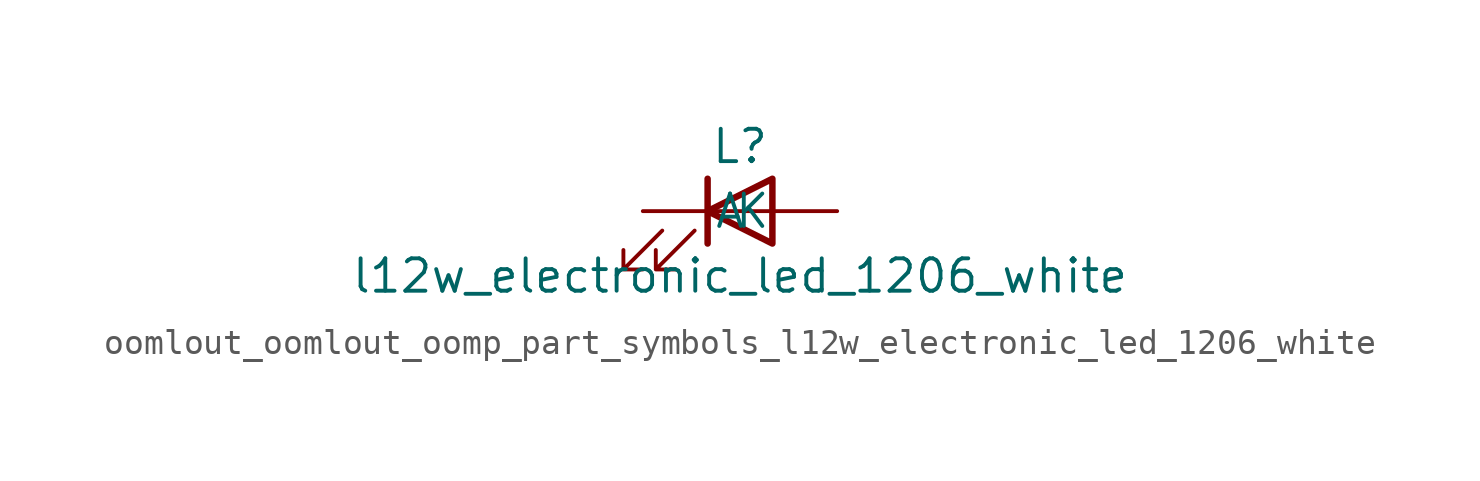
<source format=kicad_sym>
(kicad_symbol_lib
  (version 20220914)
  (generator kicad_symbol_editor)
  (symbol "oomlout_oomlout_oomp_part_symbols_l12w_electronic_led_1206_white"
    (pin_numbers hide)
    (pin_names
      (offset 1.016))
    (property "Reference" "L"
      (at 0 2.54 0)
      (effects (font (size 1.27 1.27))))
    (property "Value" "l12w_electronic_led_1206_white"
      (at 0 -2.54 0)
      (effects (font (size 1.27 1.27))))
    (symbol "oomlout_oomlout_oomp_part_symbols_l12w_electronic_led_1206_white_0_1"
      (polyline (pts (xy -1.27 -1.27) (xy -1.27 1.27)) (stroke (width 0.254) (type default)) (fill (type none)))
      (polyline (pts (xy -1.27 0) (xy 1.27 0)) (stroke (width 0) (type default)) (fill (type none)))
      (polyline (pts (xy 1.27 -1.27) (xy 1.27 1.27) (xy -1.27 0) (xy 1.27 -1.27)) (stroke (width 0.254) (type default)) (fill (type none)))
      (polyline (pts (xy -3.048 -0.762) (xy -4.572 -2.286) (xy -3.81 -2.286) (xy -4.572 -2.286) (xy -4.572 -1.524)) (stroke (width 0) (type default)) (fill (type none)))
      (polyline (pts (xy -1.778 -0.762) (xy -3.302 -2.286) (xy -2.54 -2.286) (xy -3.302 -2.286) (xy -3.302 -1.524)) (stroke (width 0) (type default)) (fill (type none))))
    (symbol "oomlout_oomlout_oomp_part_symbols_l12w_electronic_led_1206_white_1_1"
      (pin passive line (at -3.81 0 0) (length 2.54) (name "K" (effects (font (size 1.27 1.27)))) (number "1" (effects (font (size 1.27 1.27)))))
      (pin passive line (at 3.81 0 180) (length 2.54) (name "A" (effects (font (size 1.27 1.27)))) (number "2" (effects (font (size 1.27 1.27))))))))
</source>
